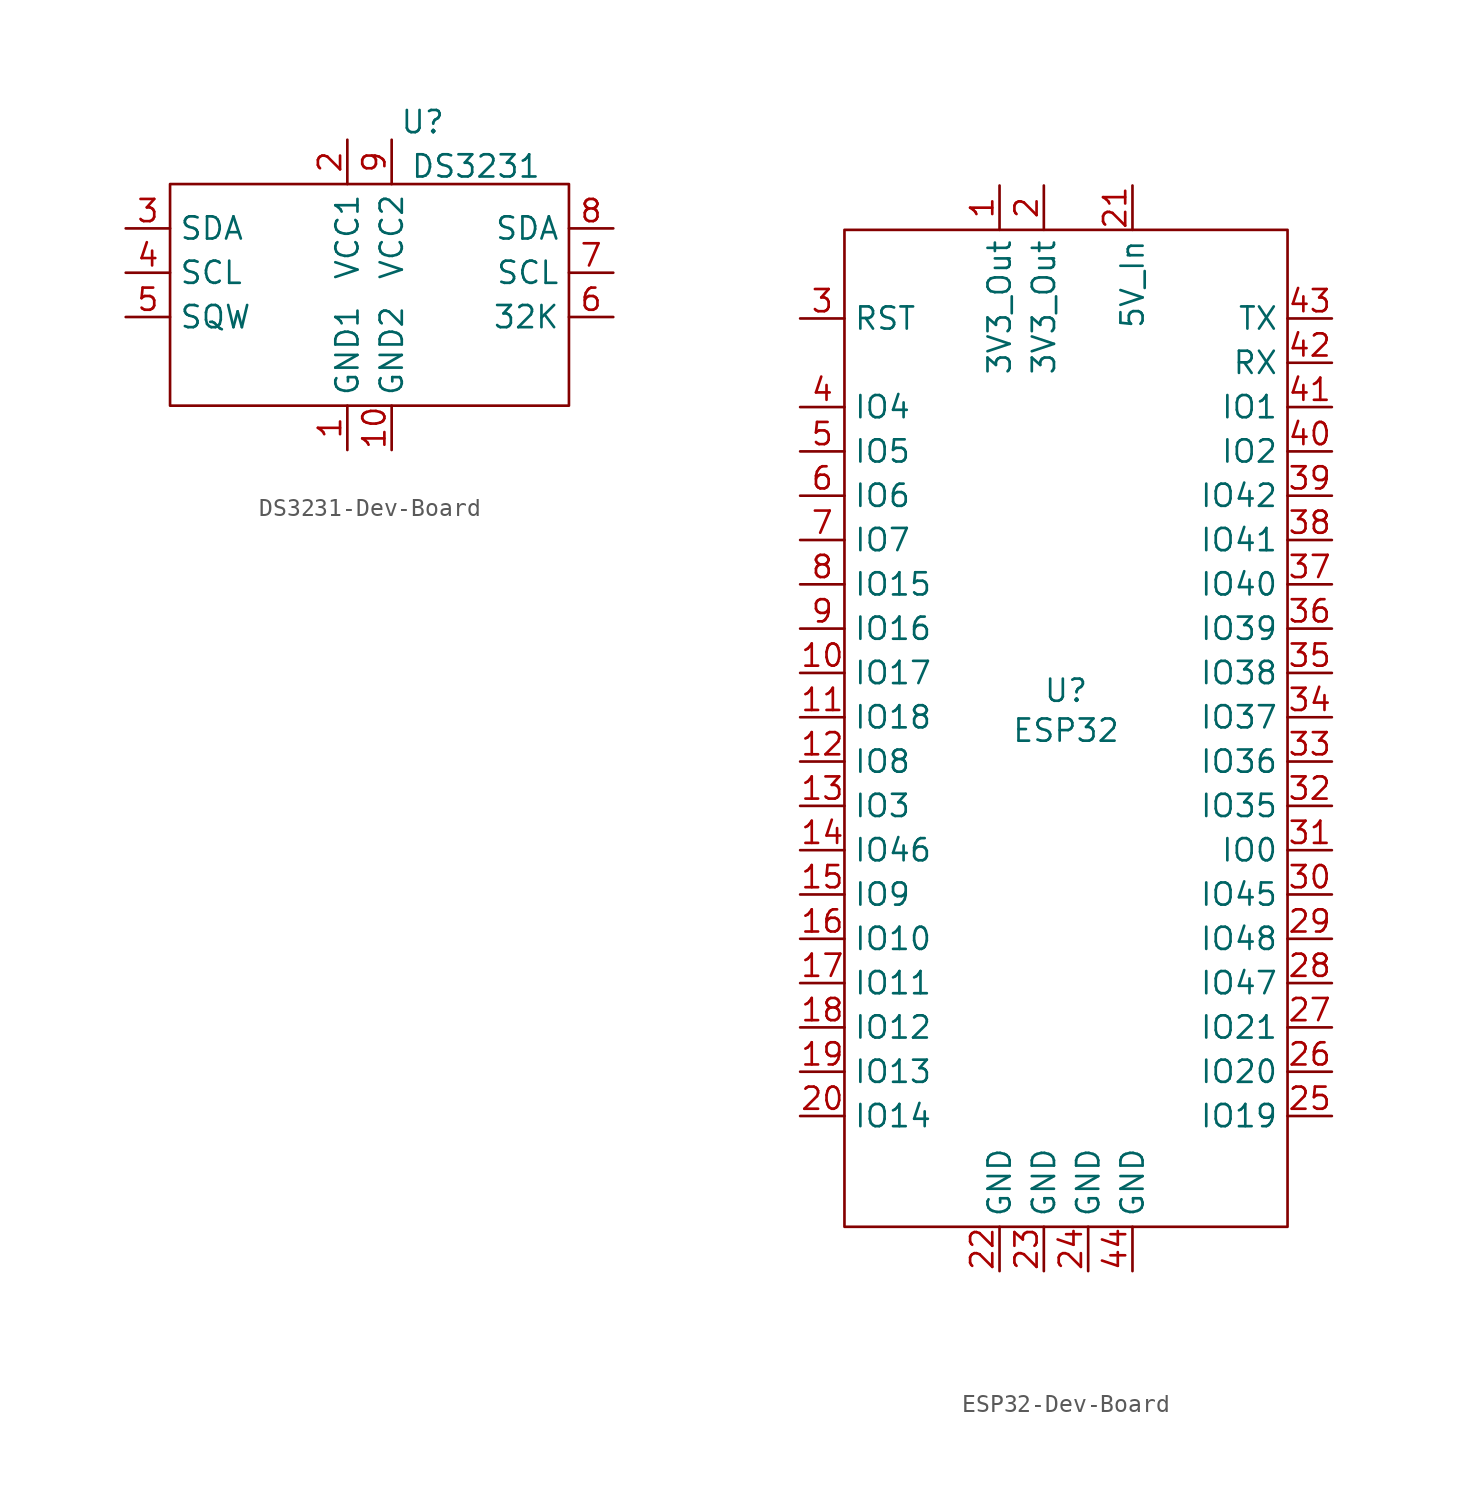
<source format=kicad_sym>
(kicad_symbol_lib
  (version 20241209)
  (generator "kicad_symbol_editor")
  (generator_version "9.0")
  (symbol "DS3231-Dev-Board"
    (property "Reference" "U"
      (at 3.048 9.906 0)
      (effects (font (size 1.27 1.27))))
    (property "Value" "DS3231"
      (at 6.096 7.366 0)
      (effects (font (size 1.27 1.27))))
    (symbol "DS3231-Dev-Board_0_1"
      (rectangle (start -11.43 6.35) (end 11.43 -6.35) (stroke (width 0) (type default)) (fill (type none))))
    (symbol "DS3231-Dev-Board_1_1"
      (pin bidirectional line (at -13.97 3.81 0) (length 2.54) (name "SDA" (effects (font (size 1.27 1.27)))) (number "3" (effects (font (size 1.27 1.27)))))
      (pin input line (at -13.97 1.27 0) (length 2.54) (name "SCL" (effects (font (size 1.27 1.27)))) (number "4" (effects (font (size 1.27 1.27)))))
      (pin output line (at -13.97 -1.27 0) (length 2.54) (name "SQW" (effects (font (size 1.27 1.27)))) (number "5" (effects (font (size 1.27 1.27)))))
      (pin power_in line (at -1.27 8.89 270) (length 2.54) (name "VCC1" (effects (font (size 1.27 1.27)))) (number "2" (effects (font (size 1.27 1.27)))))
      (pin passive line (at -1.27 -8.89 90) (length 2.54) (name "GND1" (effects (font (size 1.27 1.27)))) (number "1" (effects (font (size 1.27 1.27)))))
      (pin power_in line (at 1.27 8.89 270) (length 2.54) (name "VCC2" (effects (font (size 1.27 1.27)))) (number "9" (effects (font (size 1.27 1.27)))))
      (pin passive line (at 1.27 -8.89 90) (length 2.54) (name "GND2" (effects (font (size 1.27 1.27)))) (number "10" (effects (font (size 1.27 1.27)))))
      (pin bidirectional line (at 13.97 3.81 180) (length 2.54) (name "SDA" (effects (font (size 1.27 1.27)))) (number "8" (effects (font (size 1.27 1.27)))))
      (pin input line (at 13.97 1.27 180) (length 2.54) (name "SCL" (effects (font (size 1.27 1.27)))) (number "7" (effects (font (size 1.27 1.27)))))
      (pin output line (at 13.97 -1.27 180) (length 2.54) (name "32K" (effects (font (size 1.27 1.27)))) (number "6" (effects (font (size 1.27 1.27)))))))
  (symbol "ESP32-Dev-Board"
    (property "Reference" "U"
      (at 0 1.524 0)
      (effects (font (size 1.27 1.27))))
    (property "Value" "ESP32"
      (at 0 -0.762 0)
      (effects (font (size 1.27 1.27))))
    (symbol "ESP32-Dev-Board_0_1"
      (rectangle (start -12.7 27.94) (end 12.7 -29.21) (stroke (width 0) (type default)) (fill (type none))))
    (symbol "ESP32-Dev-Board_1_1"
      (pin input line (at -15.24 22.86 0) (length 2.54) (name "RST" (effects (font (size 1.27 1.27)))) (number "3" (effects (font (size 1.27 1.27)))))
      (pin bidirectional line (at -15.24 17.78 0) (length 2.54) (name "IO4" (effects (font (size 1.27 1.27)))) (number "4" (effects (font (size 1.27 1.27)))))
      (pin bidirectional line (at -15.24 15.24 0) (length 2.54) (name "IO5" (effects (font (size 1.27 1.27)))) (number "5" (effects (font (size 1.27 1.27)))))
      (pin bidirectional line (at -15.24 12.7 0) (length 2.54) (name "IO6" (effects (font (size 1.27 1.27)))) (number "6" (effects (font (size 1.27 1.27)))))
      (pin bidirectional line (at -15.24 10.16 0) (length 2.54) (name "IO7" (effects (font (size 1.27 1.27)))) (number "7" (effects (font (size 1.27 1.27)))))
      (pin bidirectional line (at -15.24 7.62 0) (length 2.54) (name "IO15" (effects (font (size 1.27 1.27)))) (number "8" (effects (font (size 1.27 1.27)))))
      (pin bidirectional line (at -15.24 5.08 0) (length 2.54) (name "IO16" (effects (font (size 1.27 1.27)))) (number "9" (effects (font (size 1.27 1.27)))))
      (pin bidirectional line (at -15.24 2.54 0) (length 2.54) (name "IO17" (effects (font (size 1.27 1.27)))) (number "10" (effects (font (size 1.27 1.27)))))
      (pin bidirectional line (at -15.24 0 0) (length 2.54) (name "IO18" (effects (font (size 1.27 1.27)))) (number "11" (effects (font (size 1.27 1.27)))))
      (pin bidirectional line (at -15.24 -2.54 0) (length 2.54) (name "IO8" (effects (font (size 1.27 1.27)))) (number "12" (effects (font (size 1.27 1.27)))))
      (pin bidirectional line (at -15.24 -5.08 0) (length 2.54) (name "IO3" (effects (font (size 1.27 1.27)))) (number "13" (effects (font (size 1.27 1.27)))))
      (pin bidirectional line (at -15.24 -7.62 0) (length 2.54) (name "IO46" (effects (font (size 1.27 1.27)))) (number "14" (effects (font (size 1.27 1.27)))))
      (pin bidirectional line (at -15.24 -10.16 0) (length 2.54) (name "IO9" (effects (font (size 1.27 1.27)))) (number "15" (effects (font (size 1.27 1.27)))))
      (pin bidirectional line (at -15.24 -12.7 0) (length 2.54) (name "IO10" (effects (font (size 1.27 1.27)))) (number "16" (effects (font (size 1.27 1.27)))))
      (pin bidirectional line (at -15.24 -15.24 0) (length 2.54) (name "IO11" (effects (font (size 1.27 1.27)))) (number "17" (effects (font (size 1.27 1.27)))))
      (pin bidirectional line (at -15.24 -17.78 0) (length 2.54) (name "IO12" (effects (font (size 1.27 1.27)))) (number "18" (effects (font (size 1.27 1.27)))))
      (pin bidirectional line (at -15.24 -20.32 0) (length 2.54) (name "IO13" (effects (font (size 1.27 1.27)))) (number "19" (effects (font (size 1.27 1.27)))))
      (pin bidirectional line (at -15.24 -22.86 0) (length 2.54) (name "IO14" (effects (font (size 1.27 1.27)))) (number "20" (effects (font (size 1.27 1.27)))))
      (pin power_out line (at -3.81 30.48 270) (length 2.54) (name "3V3_Out" (effects (font (size 1.27 1.27)))) (number "1" (effects (font (size 1.27 1.27)))))
      (pin passive line (at -3.81 -31.75 90) (length 2.54) (name "GND" (effects (font (size 1.27 1.27)))) (number "22" (effects (font (size 1.27 1.27)))))
      (pin power_out line (at -1.27 30.48 270) (length 2.54) (name "3V3_Out" (effects (font (size 1.27 1.27)))) (number "2" (effects (font (size 1.27 1.27)))))
      (pin passive line (at -1.27 -31.75 90) (length 2.54) (name "GND" (effects (font (size 1.27 1.27)))) (number "23" (effects (font (size 1.27 1.27)))))
      (pin passive line (at 1.27 -31.75 90) (length 2.54) (name "GND" (effects (font (size 1.27 1.27)))) (number "24" (effects (font (size 1.27 1.27)))))
      (pin power_in line (at 3.81 30.48 270) (length 2.54) (name "5V_In" (effects (font (size 1.27 1.27)))) (number "21" (effects (font (size 1.27 1.27)))))
      (pin passive line (at 3.81 -31.75 90) (length 2.54) (name "GND" (effects (font (size 1.27 1.27)))) (number "44" (effects (font (size 1.27 1.27)))))
      (pin bidirectional line (at 15.24 22.86 180) (length 2.54) (name "TX" (effects (font (size 1.27 1.27)))) (number "43" (effects (font (size 1.27 1.27)))))
      (pin input line (at 15.24 20.32 180) (length 2.54) (name "RX" (effects (font (size 1.27 1.27)))) (number "42" (effects (font (size 1.27 1.27)))))
      (pin bidirectional line (at 15.24 17.78 180) (length 2.54) (name "IO1" (effects (font (size 1.27 1.27)))) (number "41" (effects (font (size 1.27 1.27)))))
      (pin bidirectional line (at 15.24 15.24 180) (length 2.54) (name "IO2" (effects (font (size 1.27 1.27)))) (number "40" (effects (font (size 1.27 1.27)))))
      (pin bidirectional line (at 15.24 12.7 180) (length 2.54) (name "IO42" (effects (font (size 1.27 1.27)))) (number "39" (effects (font (size 1.27 1.27)))))
      (pin bidirectional line (at 15.24 10.16 180) (length 2.54) (name "IO41" (effects (font (size 1.27 1.27)))) (number "38" (effects (font (size 1.27 1.27)))))
      (pin bidirectional line (at 15.24 7.62 180) (length 2.54) (name "IO40" (effects (font (size 1.27 1.27)))) (number "37" (effects (font (size 1.27 1.27)))))
      (pin bidirectional line (at 15.24 5.08 180) (length 2.54) (name "IO39" (effects (font (size 1.27 1.27)))) (number "36" (effects (font (size 1.27 1.27)))))
      (pin bidirectional line (at 15.24 2.54 180) (length 2.54) (name "IO38" (effects (font (size 1.27 1.27)))) (number "35" (effects (font (size 1.27 1.27)))))
      (pin bidirectional line (at 15.24 0 180) (length 2.54) (name "IO37" (effects (font (size 1.27 1.27)))) (number "34" (effects (font (size 1.27 1.27)))))
      (pin bidirectional line (at 15.24 -2.54 180) (length 2.54) (name "IO36" (effects (font (size 1.27 1.27)))) (number "33" (effects (font (size 1.27 1.27)))))
      (pin bidirectional line (at 15.24 -5.08 180) (length 2.54) (name "IO35" (effects (font (size 1.27 1.27)))) (number "32" (effects (font (size 1.27 1.27)))))
      (pin bidirectional line (at 15.24 -7.62 180) (length 2.54) (name "IO0" (effects (font (size 1.27 1.27)))) (number "31" (effects (font (size 1.27 1.27)))))
      (pin bidirectional line (at 15.24 -10.16 180) (length 2.54) (name "IO45" (effects (font (size 1.27 1.27)))) (number "30" (effects (font (size 1.27 1.27)))))
      (pin bidirectional line (at 15.24 -12.7 180) (length 2.54) (name "IO48" (effects (font (size 1.27 1.27)))) (number "29" (effects (font (size 1.27 1.27)))))
      (pin bidirectional line (at 15.24 -15.24 180) (length 2.54) (name "IO47" (effects (font (size 1.27 1.27)))) (number "28" (effects (font (size 1.27 1.27)))))
      (pin bidirectional line (at 15.24 -17.78 180) (length 2.54) (name "IO21" (effects (font (size 1.27 1.27)))) (number "27" (effects (font (size 1.27 1.27)))))
      (pin bidirectional line (at 15.24 -20.32 180) (length 2.54) (name "IO20" (effects (font (size 1.27 1.27)))) (number "26" (effects (font (size 1.27 1.27)))))
      (pin bidirectional line (at 15.24 -22.86 180) (length 2.54) (name "IO19" (effects (font (size 1.27 1.27)))) (number "25" (effects (font (size 1.27 1.27))))))))
</source>
